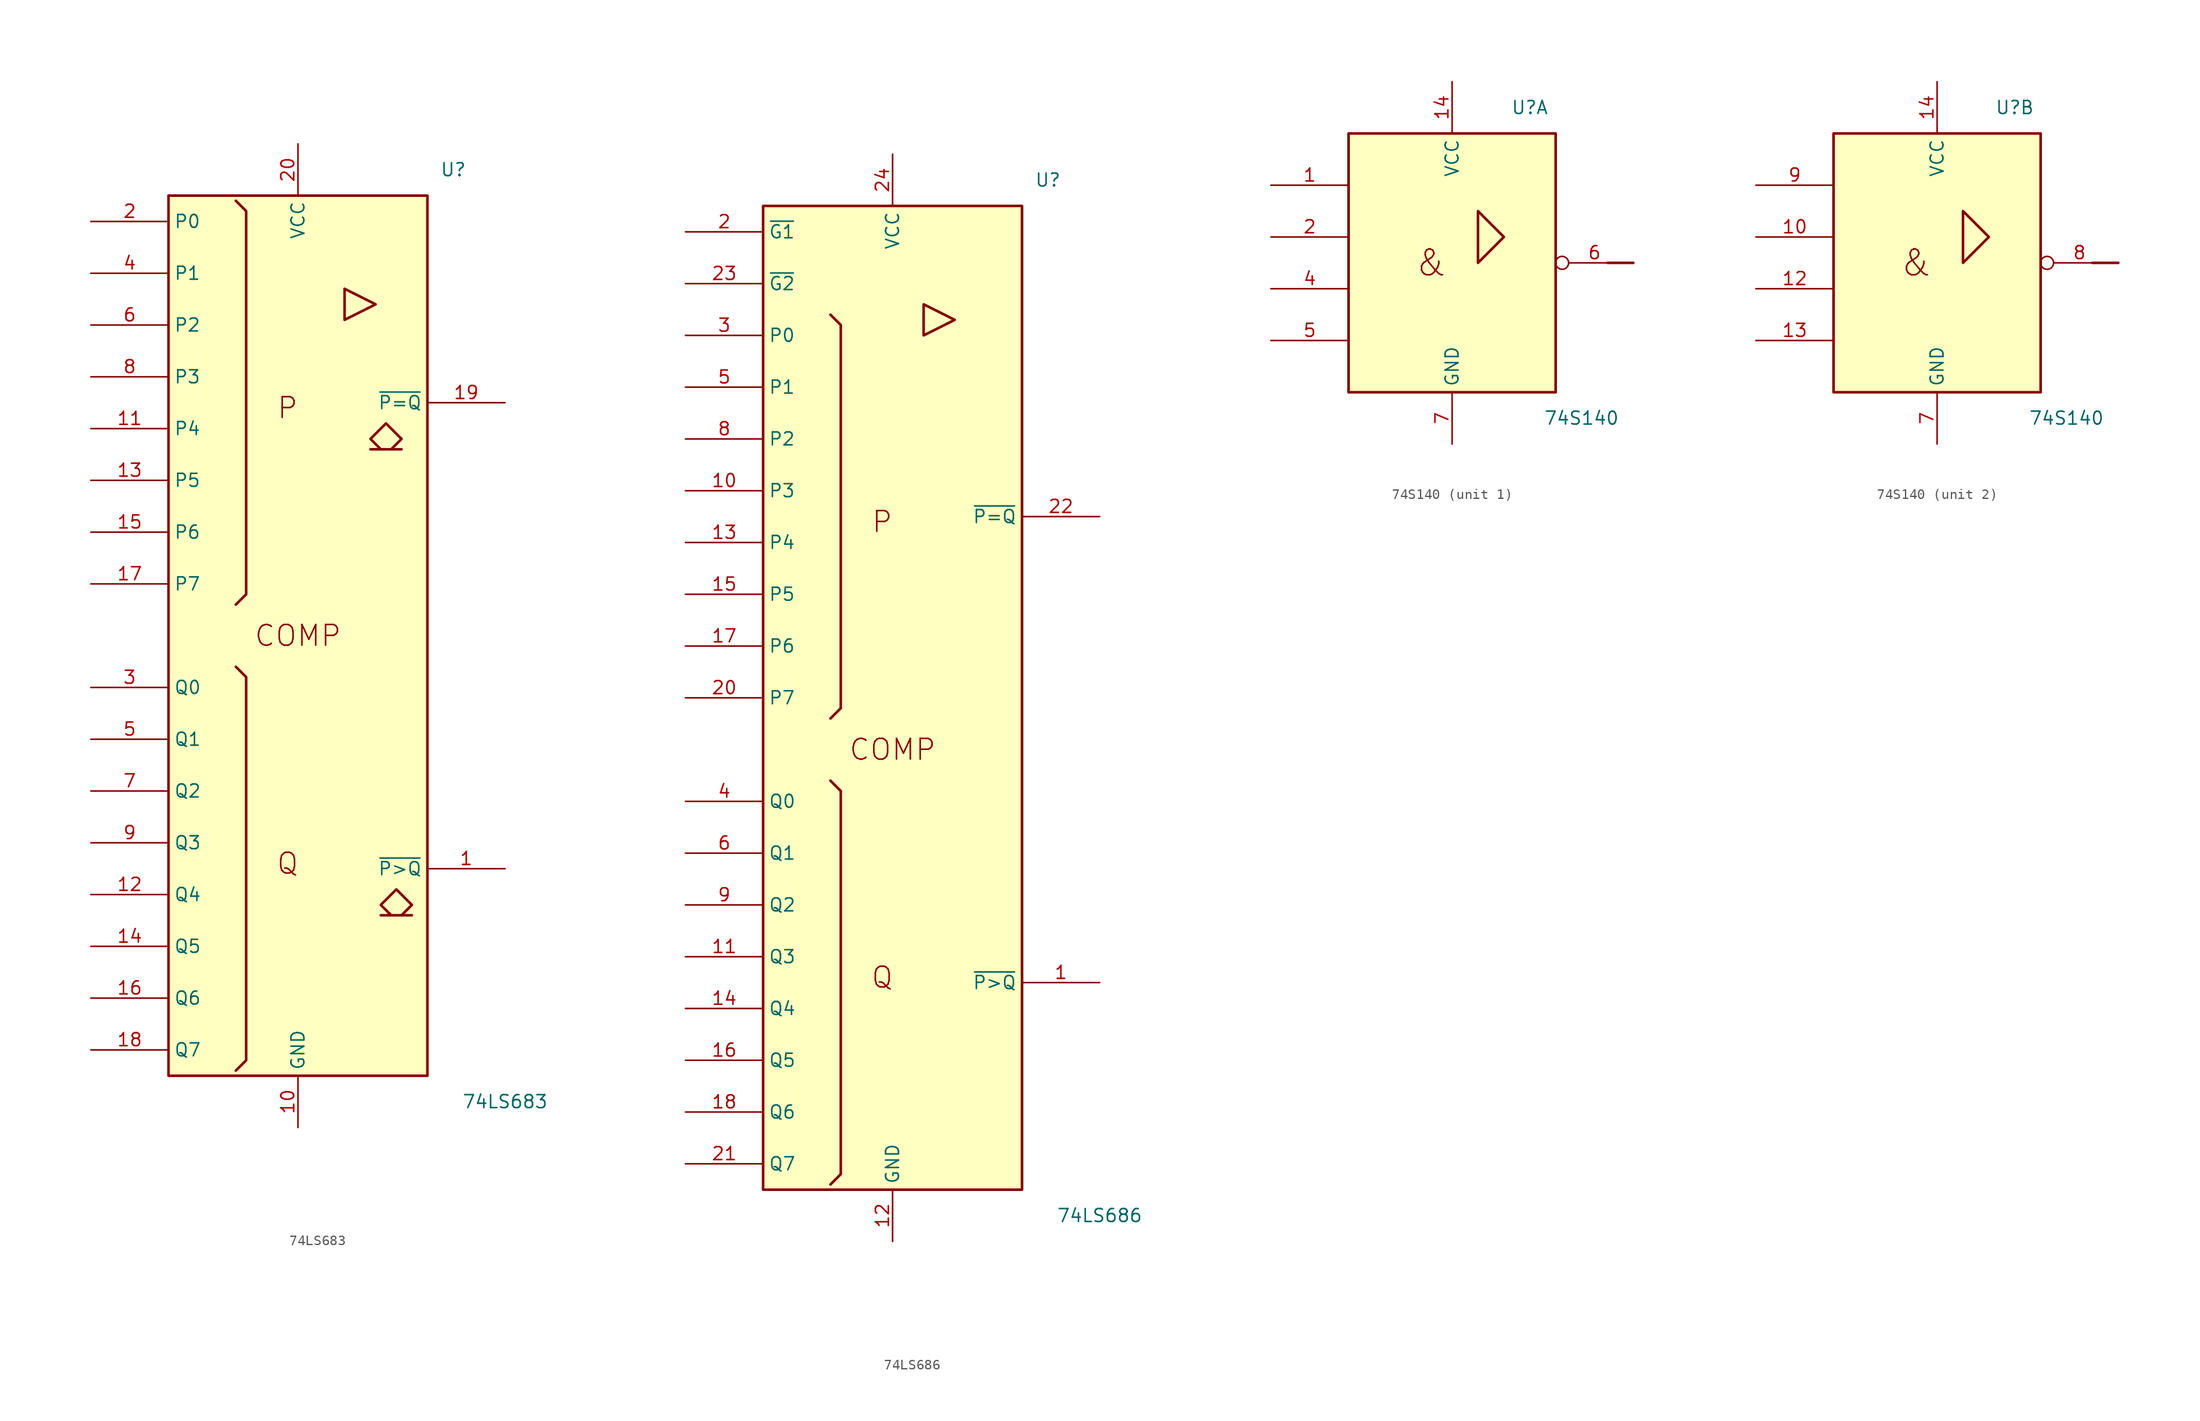
<source format=kicad_sym>
(kicad_symbol_lib
  (version 20241209)
  (generator "kicad_symbol_editor")
  (generator_version "9.0")
  (symbol "74LS683"
    (property "Reference" "U"
      (at 15.24 45.72 0)
      (effects (font (size 1.27 1.27))))
    (property "Value" "74LS683"
      (at 20.32 -45.72 0)
      (effects (font (size 1.27 1.27))))
    (symbol "74LS683_0_0"
      (polyline (pts (xy 4.572 34.036) (xy 4.572 30.988) (xy 7.62 32.512) (xy 4.572 34.036) (xy 4.572 34.036)) (stroke (width 0.254) (type default)) (fill (type background)))
      (polyline (pts (xy 8.636 20.828) (xy 10.16 19.304) (xy 9.144 18.288) (xy 10.16 18.288) (xy 7.112 18.288) (xy 8.128 18.288) (xy 7.112 19.304) (xy 8.636 20.828) (xy 8.636 20.828)) (stroke (width 0.254) (type default)) (fill (type background)))
      (polyline (pts (xy 9.652 -24.892) (xy 11.176 -26.416) (xy 10.16 -27.432) (xy 11.176 -27.432) (xy 8.128 -27.432) (xy 9.144 -27.432) (xy 8.128 -26.416) (xy 9.652 -24.892) (xy 9.652 -24.892)) (stroke (width 0.254) (type default)) (fill (type background)))
      (text "P" (at -1.016 22.352 0) (effects (font (size 2.032 2.032))))
      (text "Q" (at -1.016 -22.352 0) (effects (font (size 2.032 2.032))))
      (text "COMP" (at 0 0 0) (effects (font (size 2.032 2.032)))))
    (symbol "74LS683_0_1"
      (rectangle (start -12.7 43.18) (end 12.7 -43.18) (stroke (width 0.254) (type default)) (fill (type background)))
      (polyline (pts (xy -6.096 42.672) (xy -5.08 41.656) (xy -5.08 4.064) (xy -6.096 3.048) (xy -6.096 3.048)) (stroke (width 0.254) (type default)) (fill (type background)))
      (polyline (pts (xy -6.096 -3.048) (xy -5.08 -4.064) (xy -5.08 -41.656) (xy -6.096 -42.672) (xy -6.096 -42.672)) (stroke (width 0.254) (type default)) (fill (type background))))
    (symbol "74LS683_1_1"
      (pin input line (at -20.32 40.64 0) (length 7.62) (name "P0" (effects (font (size 1.27 1.27)))) (number "2" (effects (font (size 1.27 1.27)))))
      (pin input line (at -20.32 35.56 0) (length 7.62) (name "P1" (effects (font (size 1.27 1.27)))) (number "4" (effects (font (size 1.27 1.27)))))
      (pin input line (at -20.32 30.48 0) (length 7.62) (name "P2" (effects (font (size 1.27 1.27)))) (number "6" (effects (font (size 1.27 1.27)))))
      (pin input line (at -20.32 25.4 0) (length 7.62) (name "P3" (effects (font (size 1.27 1.27)))) (number "8" (effects (font (size 1.27 1.27)))))
      (pin input line (at -20.32 20.32 0) (length 7.62) (name "P4" (effects (font (size 1.27 1.27)))) (number "11" (effects (font (size 1.27 1.27)))))
      (pin input line (at -20.32 15.24 0) (length 7.62) (name "P5" (effects (font (size 1.27 1.27)))) (number "13" (effects (font (size 1.27 1.27)))))
      (pin input line (at -20.32 10.16 0) (length 7.62) (name "P6" (effects (font (size 1.27 1.27)))) (number "15" (effects (font (size 1.27 1.27)))))
      (pin input line (at -20.32 5.08 0) (length 7.62) (name "P7" (effects (font (size 1.27 1.27)))) (number "17" (effects (font (size 1.27 1.27)))))
      (pin input line (at -20.32 -5.08 0) (length 7.62) (name "Q0" (effects (font (size 1.27 1.27)))) (number "3" (effects (font (size 1.27 1.27)))))
      (pin input line (at -20.32 -10.16 0) (length 7.62) (name "Q1" (effects (font (size 1.27 1.27)))) (number "5" (effects (font (size 1.27 1.27)))))
      (pin input line (at -20.32 -15.24 0) (length 7.62) (name "Q2" (effects (font (size 1.27 1.27)))) (number "7" (effects (font (size 1.27 1.27)))))
      (pin input line (at -20.32 -20.32 0) (length 7.62) (name "Q3" (effects (font (size 1.27 1.27)))) (number "9" (effects (font (size 1.27 1.27)))))
      (pin input line (at -20.32 -25.4 0) (length 7.62) (name "Q4" (effects (font (size 1.27 1.27)))) (number "12" (effects (font (size 1.27 1.27)))))
      (pin input line (at -20.32 -30.48 0) (length 7.62) (name "Q5" (effects (font (size 1.27 1.27)))) (number "14" (effects (font (size 1.27 1.27)))))
      (pin input line (at -20.32 -35.56 0) (length 7.62) (name "Q6" (effects (font (size 1.27 1.27)))) (number "16" (effects (font (size 1.27 1.27)))))
      (pin input line (at -20.32 -40.64 0) (length 7.62) (name "Q7" (effects (font (size 1.27 1.27)))) (number "18" (effects (font (size 1.27 1.27)))))
      (pin power_in line (at 0 48.26 270) (length 5.08) (name "VCC" (effects (font (size 1.27 1.27)))) (number "20" (effects (font (size 1.27 1.27)))))
      (pin power_in line (at 0 -48.26 90) (length 5.08) (name "GND" (effects (font (size 1.27 1.27)))) (number "10" (effects (font (size 1.27 1.27)))))
      (pin output line (at 20.32 22.86 180) (length 7.62) (name "~{P=Q}" (effects (font (size 1.27 1.27)))) (number "19" (effects (font (size 1.27 1.27)))))
      (pin output line (at 20.32 -22.86 180) (length 7.62) (name "~{P>Q}" (effects (font (size 1.27 1.27)))) (number "1" (effects (font (size 1.27 1.27)))))))
  (symbol "74LS686"
    (property "Reference" "U"
      (at 15.24 55.88 0)
      (effects (font (size 1.27 1.27))))
    (property "Value" "74LS686"
      (at 20.32 -45.72 0)
      (effects (font (size 1.27 1.27))))
    (symbol "74LS686_0_0"
      (rectangle (start -12.7 53.34) (end 12.7 -43.18) (stroke (width 0.254) (type default)) (fill (type background)))
      (polyline (pts (xy 3.048 43.688) (xy 3.048 40.64) (xy 6.096 42.164) (xy 3.048 43.688) (xy 3.048 43.688)) (stroke (width 0.254) (type default)) (fill (type background)))
      (text "P" (at -1.016 22.352 0) (effects (font (size 2.032 2.032))))
      (text "Q" (at -1.016 -22.352 0) (effects (font (size 2.032 2.032))))
      (text "COMP" (at 0 0 0) (effects (font (size 2.032 2.032)))))
    (symbol "74LS686_0_1"
      (polyline (pts (xy -6.096 42.672) (xy -5.08 41.656) (xy -5.08 4.064) (xy -6.096 3.048) (xy -6.096 3.048)) (stroke (width 0.254) (type default)) (fill (type background)))
      (polyline (pts (xy -6.096 -3.048) (xy -5.08 -4.064) (xy -5.08 -41.656) (xy -6.096 -42.672) (xy -6.096 -42.672)) (stroke (width 0.254) (type default)) (fill (type background))))
    (symbol "74LS686_1_1"
      (pin input line (at -20.32 50.8 0) (length 7.62) (name "~{G1}" (effects (font (size 1.27 1.27)))) (number "2" (effects (font (size 1.27 1.27)))))
      (pin input line (at -20.32 45.72 0) (length 7.62) (name "~{G2}" (effects (font (size 1.27 1.27)))) (number "23" (effects (font (size 1.27 1.27)))))
      (pin input line (at -20.32 40.64 0) (length 7.62) (name "P0" (effects (font (size 1.27 1.27)))) (number "3" (effects (font (size 1.27 1.27)))))
      (pin input line (at -20.32 35.56 0) (length 7.62) (name "P1" (effects (font (size 1.27 1.27)))) (number "5" (effects (font (size 1.27 1.27)))))
      (pin input line (at -20.32 30.48 0) (length 7.62) (name "P2" (effects (font (size 1.27 1.27)))) (number "8" (effects (font (size 1.27 1.27)))))
      (pin input line (at -20.32 25.4 0) (length 7.62) (name "P3" (effects (font (size 1.27 1.27)))) (number "10" (effects (font (size 1.27 1.27)))))
      (pin input line (at -20.32 20.32 0) (length 7.62) (name "P4" (effects (font (size 1.27 1.27)))) (number "13" (effects (font (size 1.27 1.27)))))
      (pin input line (at -20.32 15.24 0) (length 7.62) (name "P5" (effects (font (size 1.27 1.27)))) (number "15" (effects (font (size 1.27 1.27)))))
      (pin input line (at -20.32 10.16 0) (length 7.62) (name "P6" (effects (font (size 1.27 1.27)))) (number "17" (effects (font (size 1.27 1.27)))))
      (pin input line (at -20.32 5.08 0) (length 7.62) (name "P7" (effects (font (size 1.27 1.27)))) (number "20" (effects (font (size 1.27 1.27)))))
      (pin input line (at -20.32 -5.08 0) (length 7.62) (name "Q0" (effects (font (size 1.27 1.27)))) (number "4" (effects (font (size 1.27 1.27)))))
      (pin input line (at -20.32 -10.16 0) (length 7.62) (name "Q1" (effects (font (size 1.27 1.27)))) (number "6" (effects (font (size 1.27 1.27)))))
      (pin input line (at -20.32 -15.24 0) (length 7.62) (name "Q2" (effects (font (size 1.27 1.27)))) (number "9" (effects (font (size 1.27 1.27)))))
      (pin input line (at -20.32 -20.32 0) (length 7.62) (name "Q3" (effects (font (size 1.27 1.27)))) (number "11" (effects (font (size 1.27 1.27)))))
      (pin input line (at -20.32 -25.4 0) (length 7.62) (name "Q4" (effects (font (size 1.27 1.27)))) (number "14" (effects (font (size 1.27 1.27)))))
      (pin input line (at -20.32 -30.48 0) (length 7.62) (name "Q5" (effects (font (size 1.27 1.27)))) (number "16" (effects (font (size 1.27 1.27)))))
      (pin input line (at -20.32 -35.56 0) (length 7.62) (name "Q6" (effects (font (size 1.27 1.27)))) (number "18" (effects (font (size 1.27 1.27)))))
      (pin input line (at -20.32 -40.64 0) (length 7.62) (name "Q7" (effects (font (size 1.27 1.27)))) (number "21" (effects (font (size 1.27 1.27)))))
      (pin power_in line (at 0 58.42 270) (length 5.08) (name "VCC" (effects (font (size 1.27 1.27)))) (number "24" (effects (font (size 1.27 1.27)))))
      (pin power_in line (at 0 -48.26 90) (length 5.08) (name "GND" (effects (font (size 1.27 1.27)))) (number "12" (effects (font (size 1.27 1.27)))))
      (pin output line (at 20.32 22.86 180) (length 7.62) (name "~{P=Q}" (effects (font (size 1.27 1.27)))) (number "22" (effects (font (size 1.27 1.27)))))
      (pin output line (at 20.32 -22.86 180) (length 7.62) (name "~{P>Q}" (effects (font (size 1.27 1.27)))) (number "1" (effects (font (size 1.27 1.27)))))))
  (symbol "74S140"
    (property "Reference" "U"
      (at 7.62 15.24 0)
      (effects (font (size 1.27 1.27))))
    (property "Value" "74S140"
      (at 12.7 -15.24 0)
      (effects (font (size 1.27 1.27))))
    (symbol "74S140_0_0"
      (rectangle (start -10.16 12.7) (end 10.16 -12.7) (stroke (width 0.254) (type default)) (fill (type background)))
      (polyline (pts (xy 2.54 0) (xy 2.54 5.08) (xy 5.08 2.54) (xy 2.54 0) (xy 2.54 0)) (stroke (width 0.254) (type default)) (fill (type background)))
      (text "&" (at -2.032 0 0) (effects (font (size 2.54 2.54)))))
    (symbol "74S140_0_1"
      (rectangle (start 17.78 0) (end 15.24 0) (stroke (width 0.254) (type default)) (fill (type background)))
      (pin power_in line (at 0 17.78 270) (length 5.08) (name "VCC" (effects (font (size 1.27 1.27)))) (number "14" (effects (font (size 1.27 1.27)))))
      (pin power_in line (at 0 -17.78 90) (length 5.08) (name "GND" (effects (font (size 1.27 1.27)))) (number "7" (effects (font (size 1.27 1.27))))))
    (symbol "74S140_1_1"
      (pin input line (at -17.78 7.62 0) (length 7.62) (name "~" (effects (font (size 1.27 1.27)))) (number "1" (effects (font (size 1.27 1.27)))))
      (pin input line (at -17.78 2.54 0) (length 7.62) (name "~" (effects (font (size 1.27 1.27)))) (number "2" (effects (font (size 1.27 1.27)))))
      (pin input line (at -17.78 -2.54 0) (length 7.62) (name "~" (effects (font (size 1.27 1.27)))) (number "4" (effects (font (size 1.27 1.27)))))
      (pin input line (at -17.78 -7.62 0) (length 7.62) (name "~" (effects (font (size 1.27 1.27)))) (number "5" (effects (font (size 1.27 1.27)))))
      (pin output inverted (at 17.78 0 180) (length 7.62) (name "~" (effects (font (size 1.27 1.27)))) (number "6" (effects (font (size 1.27 1.27))))))
    (symbol "74S140_2_1"
      (pin input line (at -17.78 7.62 0) (length 7.62) (name "~" (effects (font (size 1.27 1.27)))) (number "9" (effects (font (size 1.27 1.27)))))
      (pin input line (at -17.78 2.54 0) (length 7.62) (name "~" (effects (font (size 1.27 1.27)))) (number "10" (effects (font (size 1.27 1.27)))))
      (pin input line (at -17.78 -2.54 0) (length 7.62) (name "~" (effects (font (size 1.27 1.27)))) (number "12" (effects (font (size 1.27 1.27)))))
      (pin input line (at -17.78 -7.62 0) (length 7.62) (name "~" (effects (font (size 1.27 1.27)))) (number "13" (effects (font (size 1.27 1.27)))))
      (pin output inverted (at 17.78 0 180) (length 7.62) (name "~" (effects (font (size 1.27 1.27)))) (number "8" (effects (font (size 1.27 1.27))))))))
</source>
